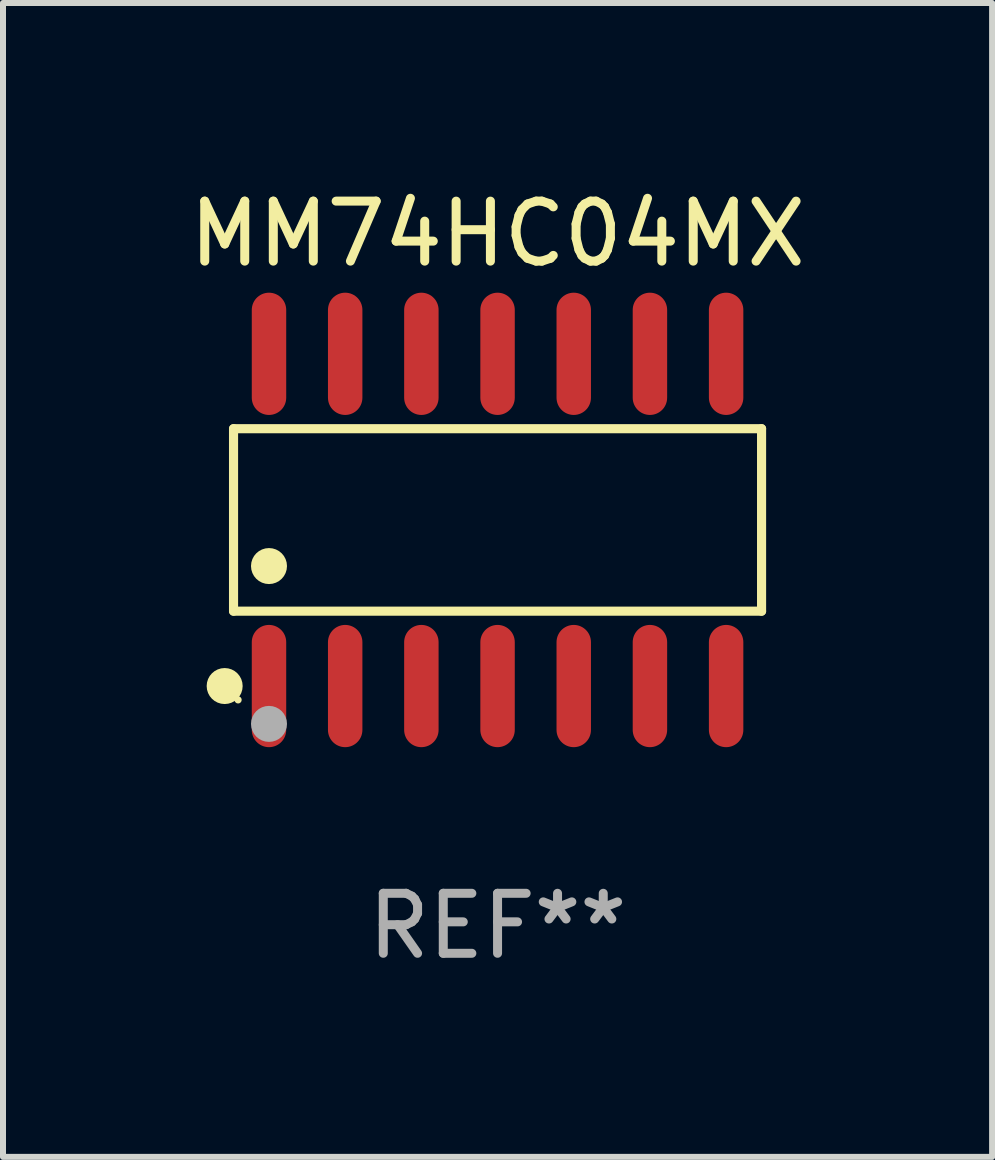
<source format=kicad_pcb>
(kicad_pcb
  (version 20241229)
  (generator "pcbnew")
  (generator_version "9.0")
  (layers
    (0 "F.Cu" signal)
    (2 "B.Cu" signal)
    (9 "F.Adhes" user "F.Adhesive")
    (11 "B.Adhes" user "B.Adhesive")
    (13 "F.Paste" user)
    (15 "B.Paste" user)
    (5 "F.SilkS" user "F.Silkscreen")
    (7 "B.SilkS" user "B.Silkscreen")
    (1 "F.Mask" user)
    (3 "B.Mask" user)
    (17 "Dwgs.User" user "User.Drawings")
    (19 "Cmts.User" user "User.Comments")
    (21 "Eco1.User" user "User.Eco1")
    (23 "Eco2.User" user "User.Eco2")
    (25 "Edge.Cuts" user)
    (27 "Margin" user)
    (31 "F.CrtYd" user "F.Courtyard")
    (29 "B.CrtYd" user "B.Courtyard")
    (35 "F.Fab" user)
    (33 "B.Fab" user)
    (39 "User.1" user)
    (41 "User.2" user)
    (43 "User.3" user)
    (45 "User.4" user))
  (footprint "MM74HC04MX"
    (layer "F.Cu")
    (at 5.244 5.617)
    (property "Reference" "MM74HC04MX" (at 0 -4.769 0) (layer "F.SilkS") (effects (font (size 1 1) (thickness 0.15))))
    (attr through_hole)
    (fp_line (start -4.401 -1.521) (end 4.401 -1.521) (stroke (width 0.152) (type solid)) (layer "F.SilkS"))
    (fp_line (start -4.401 1.521) (end -4.401 -1.521) (stroke (width 0.152) (type solid)) (layer "F.SilkS"))
    (fp_line (start 4.401 -1.521) (end 4.401 1.521) (stroke (width 0.152) (type solid)) (layer "F.SilkS"))
    (fp_line (start 4.401 1.521) (end -4.401 1.521) (stroke (width 0.152) (type solid)) (layer "F.SilkS"))
    (fp_circle (center -4.549 2.769) (end -4.399 2.769) (stroke (width 0.3) (type solid)) (fill no) (layer "F.SilkS"))
    (fp_circle (center -4.325 3) (end -4.295 3) (stroke (width 0.06) (type solid)) (fill no) (layer "F.SilkS"))
    (fp_circle (center -3.81 0.769) (end -3.66 0.769) (stroke (width 0.3) (type solid)) (fill no) (layer "F.SilkS"))
    (fp_circle (center -3.81 3.4) (end -3.66 3.4) (stroke (width 0.3) (type solid)) (fill no) (layer "F.Fab"))
    (fp_text user "REF**" (at 0 6.769 0) (layer "F.Fab") (effects (font (size 1 1) (thickness 0.15))))
    (pad "1" smd oval (at -3.81 2.769) (size 0.574 2.038) (layers "F.Cu" "F.Mask" "F.Paste"))
    (pad "2" smd oval (at -2.54 2.769) (size 0.574 2.038) (layers "F.Cu" "F.Mask" "F.Paste"))
    (pad "3" smd oval (at -1.27 2.769) (size 0.574 2.038) (layers "F.Cu" "F.Mask" "F.Paste"))
    (pad "4" smd oval (at 0 2.769) (size 0.574 2.038) (layers "F.Cu" "F.Mask" "F.Paste"))
    (pad "5" smd oval (at 1.27 2.769) (size 0.574 2.038) (layers "F.Cu" "F.Mask" "F.Paste"))
    (pad "6" smd oval (at 2.54 2.769) (size 0.574 2.038) (layers "F.Cu" "F.Mask" "F.Paste"))
    (pad "7" smd oval (at 3.81 2.769) (size 0.574 2.038) (layers "F.Cu" "F.Mask" "F.Paste"))
    (pad "8" smd oval (at 3.81 -2.769) (size 0.574 2.038) (layers "F.Cu" "F.Mask" "F.Paste"))
    (pad "9" smd oval (at 2.54 -2.769) (size 0.574 2.038) (layers "F.Cu" "F.Mask" "F.Paste"))
    (pad "10" smd oval (at 1.27 -2.769) (size 0.574 2.038) (layers "F.Cu" "F.Mask" "F.Paste"))
    (pad "11" smd oval (at 0 -2.769) (size 0.574 2.038) (layers "F.Cu" "F.Mask" "F.Paste"))
    (pad "12" smd oval (at -1.27 -2.769) (size 0.574 2.038) (layers "F.Cu" "F.Mask" "F.Paste"))
    (pad "13" smd oval (at -2.54 -2.769) (size 0.574 2.038) (layers "F.Cu" "F.Mask" "F.Paste"))
    (pad "14" smd oval (at -3.81 -2.769) (size 0.574 2.038) (layers "F.Cu" "F.Mask" "F.Paste")))
  (gr_rect
    (start -3 -3)
    (end 13.488 16.235)
    (stroke (width 0.1) (type default))
    (fill no)
    (layer "Edge.Cuts")))
</source>
